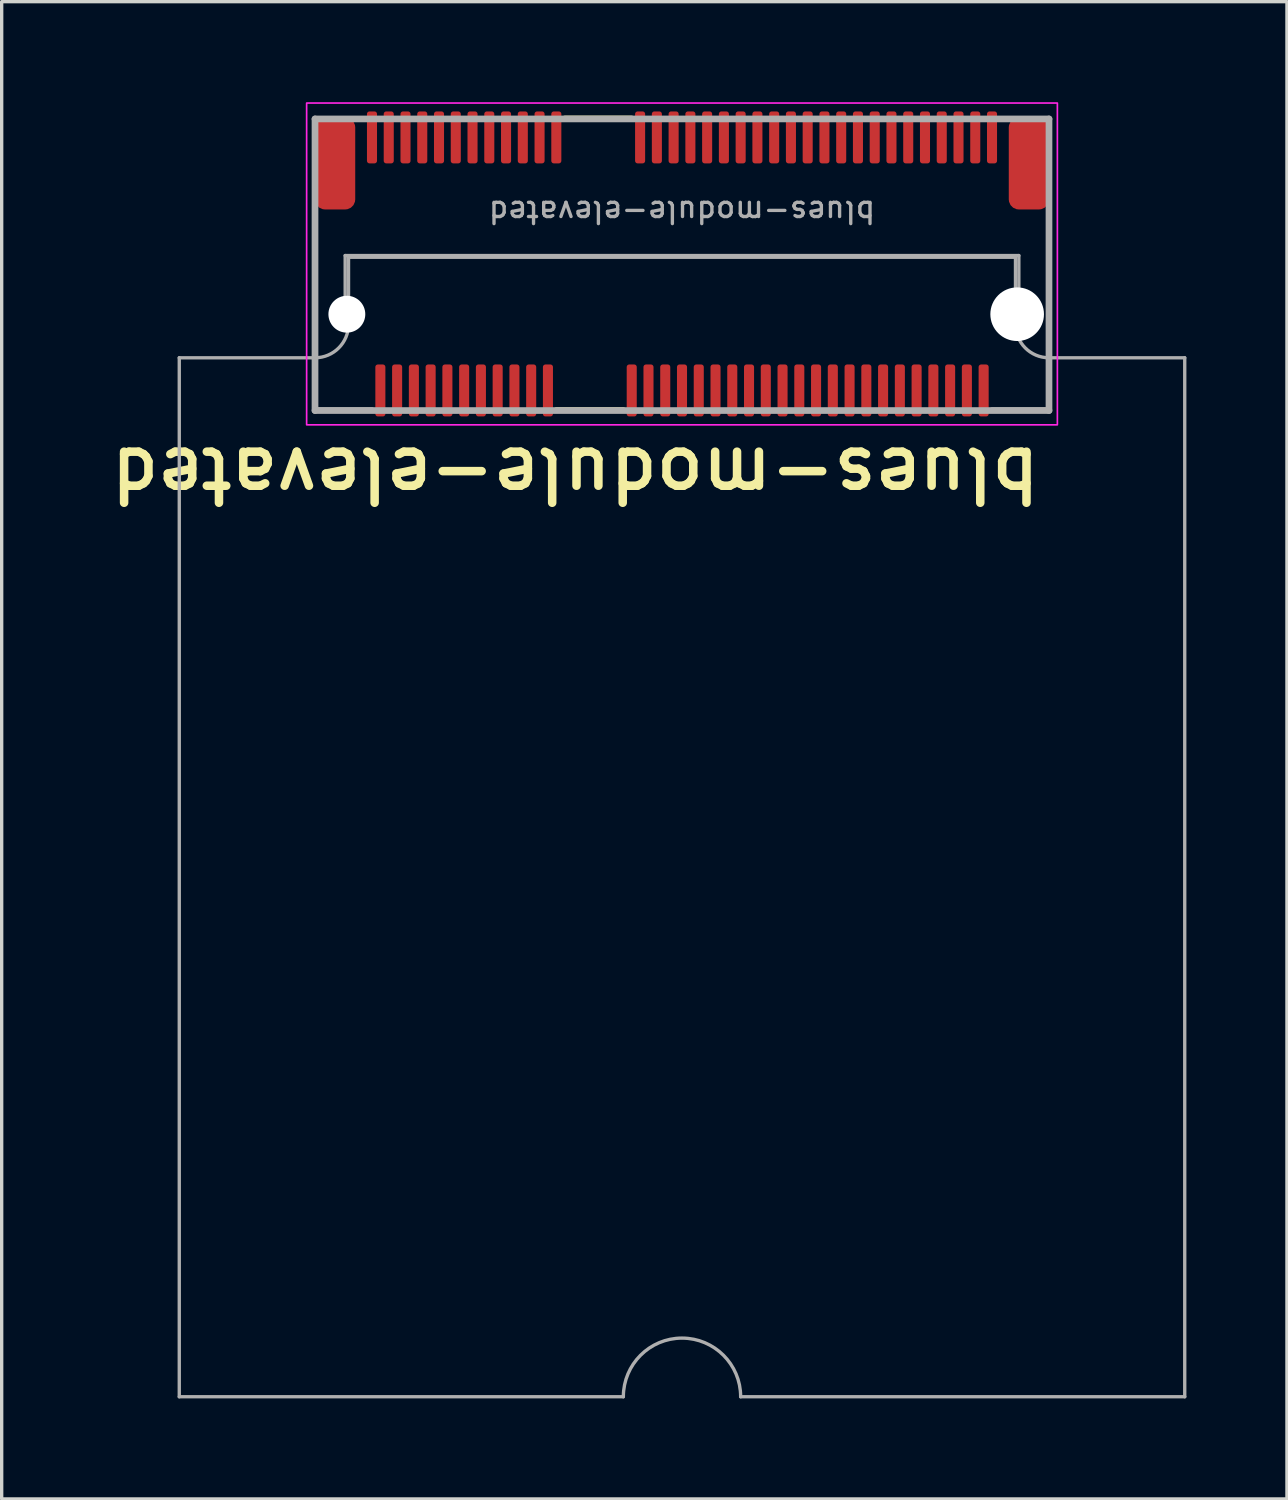
<source format=kicad_pcb>
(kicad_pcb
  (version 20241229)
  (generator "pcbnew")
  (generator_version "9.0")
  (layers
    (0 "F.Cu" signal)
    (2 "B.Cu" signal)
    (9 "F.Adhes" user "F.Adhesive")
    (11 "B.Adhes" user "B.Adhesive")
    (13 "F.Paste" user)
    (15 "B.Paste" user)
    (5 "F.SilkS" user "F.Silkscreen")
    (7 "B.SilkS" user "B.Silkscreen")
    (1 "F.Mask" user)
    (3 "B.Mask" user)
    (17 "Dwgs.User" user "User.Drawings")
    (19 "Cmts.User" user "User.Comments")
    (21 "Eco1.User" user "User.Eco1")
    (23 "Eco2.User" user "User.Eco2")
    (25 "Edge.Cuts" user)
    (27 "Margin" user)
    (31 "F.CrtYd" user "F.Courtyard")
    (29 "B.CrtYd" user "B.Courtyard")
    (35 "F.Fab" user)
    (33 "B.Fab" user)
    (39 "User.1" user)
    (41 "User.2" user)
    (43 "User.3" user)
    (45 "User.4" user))
  (footprint "blues-module-elevated"
    (layer "F.Cu")
    (at 17.299 4.825)
    (property "Reference" "blues-module-elevated" (at 10.808 5.402 180) (unlocked yes) (layer "F.SilkS") (effects (font (size 1.524 1.524) (thickness 0.254)) (justify left bottom)))
    (fp_line (start -3.75 4.35) (end -1.75 4.35) (stroke (width 0.15) (type default)) (layer "F.SilkS"))
    (fp_line (start -3.5 -4.35) (end -1.5 -4.35) (stroke (width 0.15) (type default)) (layer "F.SilkS"))
    (fp_poly (pts (xy -11.2 4.8) (xy -11.2 -4.8) (xy 11.2 -4.8) (xy 11.2 4.8)) (stroke (width 0.05) (type solid)) (fill no) (layer "F.CrtYd"))
    (fp_line (start -15 2.8) (end -10.95 2.8) (stroke (width 0.1) (type default)) (layer "F.Fab"))
    (fp_line (start -15 33.8) (end -15 2.8) (stroke (width 0.1) (type default)) (layer "F.Fab"))
    (fp_line (start -10.95 -1.5) (end -10.95 4.35) (stroke (width 0.15) (type default)) (layer "F.Fab"))
    (fp_line (start -10.95 4.35) (end -9.25 4.35) (stroke (width 0.15) (type default)) (layer "F.Fab"))
    (fp_line (start -10.95 -4.326) (end -10.95 4.374) (stroke (width 0.2) (type solid)) (layer "F.Fab"))
    (fp_line (start -10.05 -0.25) (end -10.05 1.5) (stroke (width 0.1) (type default)) (layer "F.Fab"))
    (fp_line (start -9.95 -0.2) (end 9.95 -0.2) (stroke (width 0.1) (type default)) (layer "F.Fab"))
    (fp_line (start -9.95 1.8) (end -9.95 -0.2) (stroke (width 0.1) (type default)) (layer "F.Fab"))
    (fp_line (start -1.75 33.8) (end -15 33.8) (stroke (width 0.1) (type default)) (layer "F.Fab"))
    (fp_line (start 9.25 4.35) (end 10.95 4.35) (stroke (width 0.15) (type default)) (layer "F.Fab"))
    (fp_line (start 9.95 -0.2) (end 9.95 1.8) (stroke (width 0.1) (type default)) (layer "F.Fab"))
    (fp_line (start 10.05 -0.25) (end -10.05 -0.25) (stroke (width 0.1) (type default)) (layer "F.Fab"))
    (fp_line (start 10.05 1.5) (end 10.05 -0.25) (stroke (width 0.1) (type default)) (layer "F.Fab"))
    (fp_line (start 10.95 2.8) (end 15 2.8) (stroke (width 0.1) (type default)) (layer "F.Fab"))
    (fp_line (start 10.95 4.35) (end 10.95 -1.5) (stroke (width 0.15) (type default)) (layer "F.Fab"))
    (fp_line (start 10.95 -4.326) (end -10.95 -4.326) (stroke (width 0.2) (type solid)) (layer "F.Fab"))
    (fp_line (start 10.95 -4.326) (end 10.95 4.374) (stroke (width 0.2) (type solid)) (layer "F.Fab"))
    (fp_line (start 10.95 4.374) (end -10.95 4.374) (stroke (width 0.2) (type solid)) (layer "F.Fab"))
    (fp_line (start 15 2.8) (end 15 33.8) (stroke (width 0.1) (type default)) (layer "F.Fab"))
    (fp_line (start 15 33.8) (end 1.75 33.8) (stroke (width 0.1) (type default)) (layer "F.Fab"))
    (fp_arc (start -9.95 1.8) (mid -10.242893 2.507107) (end -10.95 2.8) (stroke (width 0.1) (type default)) (layer "F.Fab"))
    (fp_arc (start -1.75 33.8) (mid 0 32.05) (end 1.75 33.8) (stroke (width 0.1) (type default)) (layer "F.Fab"))
    (fp_arc (start 10.95 2.8) (mid 10.242893 2.507107) (end 9.95 1.8) (stroke (width 0.1) (type default)) (layer "F.Fab"))
    (fp_text user "${REFERENCE}" (at 0 -1.55 180) (unlocked yes) (layer "F.Fab") (effects (font (size 0.635 0.635) (thickness 0.1))))
    (pad "" smd roundrect (at -10.35 -3) (size 1.2 2.75) (layers "F.Cu" "F.Mask" "F.Paste") (roundrect_rratio 0.25))
    (pad "" np_thru_hole circle (at -10 1.5) (size 1.1 1.1) (drill 1.1) (layers "*.Cu" "*.Mask"))
    (pad "" np_thru_hole circle (at 10 1.5) (size 1.6 1.6) (drill 1.6) (layers "*.Cu" "*.Mask"))
    (pad "" smd roundrect (at 10.35 -3) (size 1.2 2.75) (layers "F.Cu" "F.Mask" "F.Paste") (roundrect_rratio 0.25))
    (pad "1" smd roundrect (at -9.25 -3.775) (size 0.3 1.55) (layers "F.Cu" "F.Mask" "F.Paste") (roundrect_rratio 0.25))
    (pad "2" smd roundrect (at -9 3.775) (size 0.3 1.55) (layers "F.Cu" "F.Mask" "F.Paste") (roundrect_rratio 0.25))
    (pad "3" smd roundrect (at -8.75 -3.775) (size 0.3 1.55) (layers "F.Cu" "F.Mask" "F.Paste") (roundrect_rratio 0.25))
    (pad "4" smd roundrect (at -8.5 3.775) (size 0.3 1.55) (layers "F.Cu" "F.Mask" "F.Paste") (roundrect_rratio 0.25))
    (pad "5" smd roundrect (at -8.25 -3.775) (size 0.3 1.55) (layers "F.Cu" "F.Mask" "F.Paste") (roundrect_rratio 0.25))
    (pad "6" smd roundrect (at -8 3.775) (size 0.3 1.55) (layers "F.Cu" "F.Mask" "F.Paste") (roundrect_rratio 0.25))
    (pad "7" smd roundrect (at -7.75 -3.775) (size 0.3 1.55) (layers "F.Cu" "F.Mask" "F.Paste") (roundrect_rratio 0.25))
    (pad "8" smd roundrect (at -7.5 3.775) (size 0.3 1.55) (layers "F.Cu" "F.Mask" "F.Paste") (roundrect_rratio 0.25))
    (pad "9" smd roundrect (at -7.25 -3.775) (size 0.3 1.55) (layers "F.Cu" "F.Mask" "F.Paste") (roundrect_rratio 0.25))
    (pad "10" smd roundrect (at -7 3.775) (size 0.3 1.55) (layers "F.Cu" "F.Mask" "F.Paste") (roundrect_rratio 0.25))
    (pad "11" smd roundrect (at -6.75 -3.775) (size 0.3 1.55) (layers "F.Cu" "F.Mask" "F.Paste") (roundrect_rratio 0.25))
    (pad "12" smd roundrect (at -6.5 3.775) (size 0.3 1.55) (layers "F.Cu" "F.Mask" "F.Paste") (roundrect_rratio 0.25))
    (pad "13" smd roundrect (at -6.25 -3.775) (size 0.3 1.55) (layers "F.Cu" "F.Mask" "F.Paste") (roundrect_rratio 0.25))
    (pad "14" smd roundrect (at -6 3.775) (size 0.3 1.55) (layers "F.Cu" "F.Mask" "F.Paste") (roundrect_rratio 0.25))
    (pad "15" smd roundrect (at -5.75 -3.775) (size 0.3 1.55) (layers "F.Cu" "F.Mask" "F.Paste") (roundrect_rratio 0.25))
    (pad "16" smd roundrect (at -5.5 3.775) (size 0.3 1.55) (layers "F.Cu" "F.Mask" "F.Paste") (roundrect_rratio 0.25))
    (pad "17" smd roundrect (at -5.25 -3.775) (size 0.3 1.55) (layers "F.Cu" "F.Mask" "F.Paste") (roundrect_rratio 0.25))
    (pad "18" smd roundrect (at -5 3.775) (size 0.3 1.55) (layers "F.Cu" "F.Mask" "F.Paste") (roundrect_rratio 0.25))
    (pad "19" smd roundrect (at -4.75 -3.775) (size 0.3 1.55) (layers "F.Cu" "F.Mask" "F.Paste") (roundrect_rratio 0.25))
    (pad "20" smd roundrect (at -4.5 3.775) (size 0.3 1.55) (layers "F.Cu" "F.Mask" "F.Paste") (roundrect_rratio 0.25))
    (pad "21" smd roundrect (at -4.25 -3.775) (size 0.3 1.55) (layers "F.Cu" "F.Mask" "F.Paste") (roundrect_rratio 0.25))
    (pad "22" smd roundrect (at -4 3.775) (size 0.3 1.55) (layers "F.Cu" "F.Mask" "F.Paste") (roundrect_rratio 0.25))
    (pad "23" smd roundrect (at -3.75 -3.775) (size 0.3 1.55) (layers "F.Cu" "F.Mask" "F.Paste") (roundrect_rratio 0.25))
    (pad "32" smd roundrect (at -1.5 3.775) (size 0.3 1.55) (layers "F.Cu" "F.Mask" "F.Paste") (roundrect_rratio 0.25))
    (pad "33" smd roundrect (at -1.25 -3.775) (size 0.3 1.55) (layers "F.Cu" "F.Mask" "F.Paste") (roundrect_rratio 0.25))
    (pad "34" smd roundrect (at -1 3.775) (size 0.3 1.55) (layers "F.Cu" "F.Mask" "F.Paste") (roundrect_rratio 0.25))
    (pad "35" smd roundrect (at -0.75 -3.775) (size 0.3 1.55) (layers "F.Cu" "F.Mask" "F.Paste") (roundrect_rratio 0.25))
    (pad "36" smd roundrect (at -0.5 3.775) (size 0.3 1.55) (layers "F.Cu" "F.Mask" "F.Paste") (roundrect_rratio 0.25))
    (pad "37" smd roundrect (at -0.25 -3.775) (size 0.3 1.55) (layers "F.Cu" "F.Mask" "F.Paste") (roundrect_rratio 0.25))
    (pad "38" smd roundrect (at 0 3.775) (size 0.3 1.55) (layers "F.Cu" "F.Mask" "F.Paste") (roundrect_rratio 0.25))
    (pad "39" smd roundrect (at 0.25 -3.775) (size 0.3 1.55) (layers "F.Cu" "F.Mask" "F.Paste") (roundrect_rratio 0.25))
    (pad "40" smd roundrect (at 0.5 3.775) (size 0.3 1.55) (layers "F.Cu" "F.Mask" "F.Paste") (roundrect_rratio 0.25))
    (pad "41" smd roundrect (at 0.75 -3.775) (size 0.3 1.55) (layers "F.Cu" "F.Mask" "F.Paste") (roundrect_rratio 0.25))
    (pad "42" smd roundrect (at 1 3.775) (size 0.3 1.55) (layers "F.Cu" "F.Mask" "F.Paste") (roundrect_rratio 0.25))
    (pad "43" smd roundrect (at 1.25 -3.775) (size 0.3 1.55) (layers "F.Cu" "F.Mask" "F.Paste") (roundrect_rratio 0.25))
    (pad "44" smd roundrect (at 1.5 3.775) (size 0.3 1.55) (layers "F.Cu" "F.Mask" "F.Paste") (roundrect_rratio 0.25))
    (pad "45" smd roundrect (at 1.75 -3.775) (size 0.3 1.55) (layers "F.Cu" "F.Mask" "F.Paste") (roundrect_rratio 0.25))
    (pad "46" smd roundrect (at 2 3.775) (size 0.3 1.55) (layers "F.Cu" "F.Mask" "F.Paste") (roundrect_rratio 0.25))
    (pad "47" smd roundrect (at 2.25 -3.775) (size 0.3 1.55) (layers "F.Cu" "F.Mask" "F.Paste") (roundrect_rratio 0.25))
    (pad "48" smd roundrect (at 2.5 3.775) (size 0.3 1.55) (layers "F.Cu" "F.Mask" "F.Paste") (roundrect_rratio 0.25))
    (pad "49" smd roundrect (at 2.75 -3.775) (size 0.3 1.55) (layers "F.Cu" "F.Mask" "F.Paste") (roundrect_rratio 0.25))
    (pad "50" smd roundrect (at 3 3.775) (size 0.3 1.55) (layers "F.Cu" "F.Mask" "F.Paste") (roundrect_rratio 0.25))
    (pad "51" smd roundrect (at 3.25 -3.775) (size 0.3 1.55) (layers "F.Cu" "F.Mask" "F.Paste") (roundrect_rratio 0.25))
    (pad "52" smd roundrect (at 3.5 3.775) (size 0.3 1.55) (layers "F.Cu" "F.Mask" "F.Paste") (roundrect_rratio 0.25))
    (pad "53" smd roundrect (at 3.75 -3.775) (size 0.3 1.55) (layers "F.Cu" "F.Mask" "F.Paste") (roundrect_rratio 0.25))
    (pad "54" smd roundrect (at 4 3.775) (size 0.3 1.55) (layers "F.Cu" "F.Mask" "F.Paste") (roundrect_rratio 0.25))
    (pad "55" smd roundrect (at 4.25 -3.775) (size 0.3 1.55) (layers "F.Cu" "F.Mask" "F.Paste") (roundrect_rratio 0.25))
    (pad "56" smd roundrect (at 4.5 3.775) (size 0.3 1.55) (layers "F.Cu" "F.Mask" "F.Paste") (roundrect_rratio 0.25))
    (pad "57" smd roundrect (at 4.75 -3.775) (size 0.3 1.55) (layers "F.Cu" "F.Mask" "F.Paste") (roundrect_rratio 0.25))
    (pad "58" smd roundrect (at 5 3.775) (size 0.3 1.55) (layers "F.Cu" "F.Mask" "F.Paste") (roundrect_rratio 0.25))
    (pad "59" smd roundrect (at 5.25 -3.775) (size 0.3 1.55) (layers "F.Cu" "F.Mask" "F.Paste") (roundrect_rratio 0.25))
    (pad "60" smd roundrect (at 5.5 3.775) (size 0.3 1.55) (layers "F.Cu" "F.Mask" "F.Paste") (roundrect_rratio 0.25))
    (pad "61" smd roundrect (at 5.75 -3.775) (size 0.3 1.55) (layers "F.Cu" "F.Mask" "F.Paste") (roundrect_rratio 0.25))
    (pad "62" smd roundrect (at 6 3.775) (size 0.3 1.55) (layers "F.Cu" "F.Mask" "F.Paste") (roundrect_rratio 0.25))
    (pad "63" smd roundrect (at 6.25 -3.775) (size 0.3 1.55) (layers "F.Cu" "F.Mask" "F.Paste") (roundrect_rratio 0.25))
    (pad "64" smd roundrect (at 6.5 3.775) (size 0.3 1.55) (layers "F.Cu" "F.Mask" "F.Paste") (roundrect_rratio 0.25))
    (pad "65" smd roundrect (at 6.75 -3.775) (size 0.3 1.55) (layers "F.Cu" "F.Mask" "F.Paste") (roundrect_rratio 0.25))
    (pad "66" smd roundrect (at 7 3.775) (size 0.3 1.55) (layers "F.Cu" "F.Mask" "F.Paste") (roundrect_rratio 0.25))
    (pad "67" smd roundrect (at 7.25 -3.775) (size 0.3 1.55) (layers "F.Cu" "F.Mask" "F.Paste") (roundrect_rratio 0.25))
    (pad "68" smd roundrect (at 7.5 3.775) (size 0.3 1.55) (layers "F.Cu" "F.Mask" "F.Paste") (roundrect_rratio 0.25))
    (pad "69" smd roundrect (at 7.75 -3.775) (size 0.3 1.55) (layers "F.Cu" "F.Mask" "F.Paste") (roundrect_rratio 0.25))
    (pad "70" smd roundrect (at 8 3.775) (size 0.3 1.55) (layers "F.Cu" "F.Mask" "F.Paste") (roundrect_rratio 0.25))
    (pad "71" smd roundrect (at 8.25 -3.775) (size 0.3 1.55) (layers "F.Cu" "F.Mask" "F.Paste") (roundrect_rratio 0.25))
    (pad "72" smd roundrect (at 8.5 3.775) (size 0.3 1.55) (layers "F.Cu" "F.Mask" "F.Paste") (roundrect_rratio 0.25))
    (pad "73" smd roundrect (at 8.75 -3.775) (size 0.3 1.55) (layers "F.Cu" "F.Mask" "F.Paste") (roundrect_rratio 0.25))
    (pad "74" smd roundrect (at 9 3.775) (size 0.3 1.55) (layers "F.Cu" "F.Mask" "F.Paste") (roundrect_rratio 0.25))
    (pad "75" smd roundrect (at 9.25 -3.775) (size 0.3 1.55) (layers "F.Cu" "F.Mask" "F.Paste") (roundrect_rratio 0.25)))
  (gr_rect
    (start -3 -3)
    (end 35.349 41.675)
    (stroke (width 0.1) (type default))
    (fill no)
    (layer "Edge.Cuts")))
</source>
